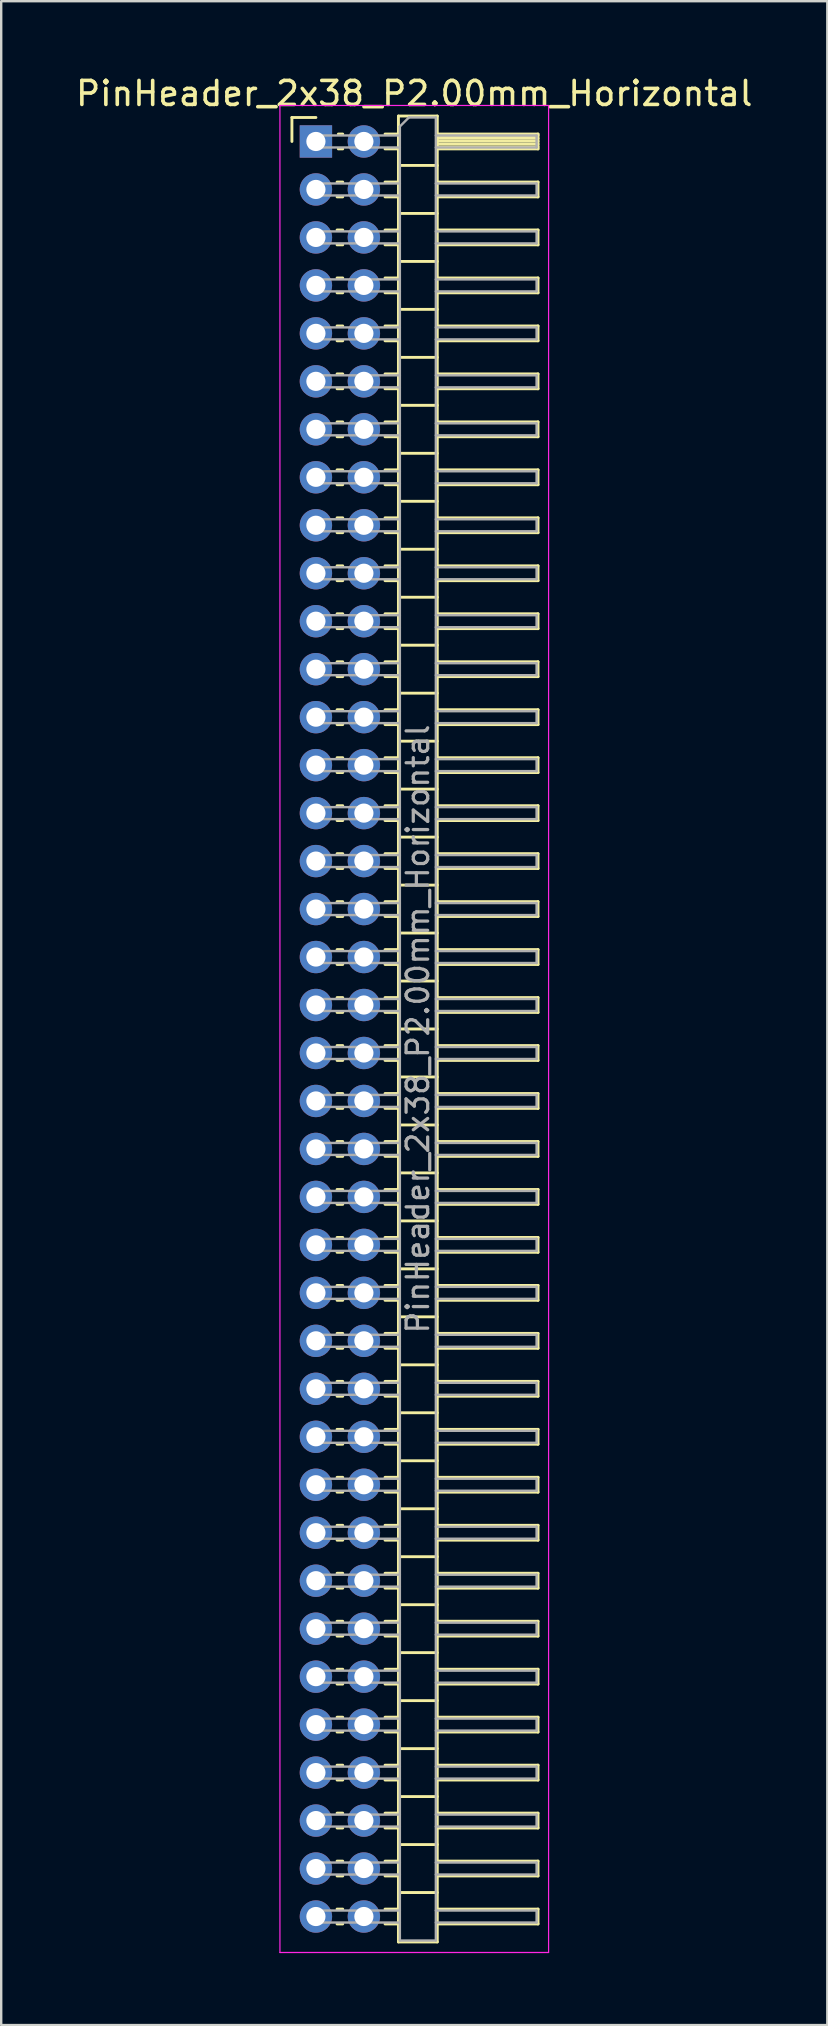
<source format=kicad_pcb>
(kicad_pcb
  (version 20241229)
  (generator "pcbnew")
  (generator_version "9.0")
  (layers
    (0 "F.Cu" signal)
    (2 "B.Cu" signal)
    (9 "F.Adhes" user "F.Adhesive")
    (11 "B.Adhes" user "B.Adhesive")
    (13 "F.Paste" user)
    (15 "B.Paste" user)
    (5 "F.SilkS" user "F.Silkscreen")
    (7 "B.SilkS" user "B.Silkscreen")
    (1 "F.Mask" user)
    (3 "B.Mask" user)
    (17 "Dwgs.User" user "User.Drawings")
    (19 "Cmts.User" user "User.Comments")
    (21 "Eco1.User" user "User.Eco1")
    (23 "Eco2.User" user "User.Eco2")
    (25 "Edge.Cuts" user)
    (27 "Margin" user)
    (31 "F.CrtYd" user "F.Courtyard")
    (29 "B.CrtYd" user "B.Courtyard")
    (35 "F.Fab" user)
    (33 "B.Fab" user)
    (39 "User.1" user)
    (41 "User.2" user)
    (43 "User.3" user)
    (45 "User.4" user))
  (footprint "PinHeader_2x38_P2.00mm_Horizontal"
    (layer "F.Cu")
    (at 10.12 2.848)
    (property "Reference" "PinHeader_2x38_P2.00mm_Horizontal" (at 4.1 -2 0) (layer "F.SilkS") (effects (font (size 1 1) (thickness 0.15))))
    (attr through_hole)
    (fp_line (start -1 -1) (end 0 -1) (stroke (width 0.12) (type solid)) (layer "F.SilkS"))
    (fp_line (start -1 0) (end -1 -1) (stroke (width 0.12) (type solid)) (layer "F.SilkS"))
    (fp_line (start 0.882 1.69) (end 1.118 1.69) (stroke (width 0.12) (type solid)) (layer "F.SilkS"))
    (fp_line (start 0.882 2.31) (end 1.118 2.31) (stroke (width 0.12) (type solid)) (layer "F.SilkS"))
    (fp_line (start 0.882 3.69) (end 1.118 3.69) (stroke (width 0.12) (type solid)) (layer "F.SilkS"))
    (fp_line (start 0.882 4.31) (end 1.118 4.31) (stroke (width 0.12) (type solid)) (layer "F.SilkS"))
    (fp_line (start 0.882 5.69) (end 1.118 5.69) (stroke (width 0.12) (type solid)) (layer "F.SilkS"))
    (fp_line (start 0.882 6.31) (end 1.118 6.31) (stroke (width 0.12) (type solid)) (layer "F.SilkS"))
    (fp_line (start 0.882 7.69) (end 1.118 7.69) (stroke (width 0.12) (type solid)) (layer "F.SilkS"))
    (fp_line (start 0.882 8.31) (end 1.118 8.31) (stroke (width 0.12) (type solid)) (layer "F.SilkS"))
    (fp_line (start 0.882 9.69) (end 1.118 9.69) (stroke (width 0.12) (type solid)) (layer "F.SilkS"))
    (fp_line (start 0.882 10.31) (end 1.118 10.31) (stroke (width 0.12) (type solid)) (layer "F.SilkS"))
    (fp_line (start 0.882 11.69) (end 1.118 11.69) (stroke (width 0.12) (type solid)) (layer "F.SilkS"))
    (fp_line (start 0.882 12.31) (end 1.118 12.31) (stroke (width 0.12) (type solid)) (layer "F.SilkS"))
    (fp_line (start 0.882 13.69) (end 1.118 13.69) (stroke (width 0.12) (type solid)) (layer "F.SilkS"))
    (fp_line (start 0.882 14.31) (end 1.118 14.31) (stroke (width 0.12) (type solid)) (layer "F.SilkS"))
    (fp_line (start 0.882 15.69) (end 1.118 15.69) (stroke (width 0.12) (type solid)) (layer "F.SilkS"))
    (fp_line (start 0.882 16.31) (end 1.118 16.31) (stroke (width 0.12) (type solid)) (layer "F.SilkS"))
    (fp_line (start 0.882 17.69) (end 1.118 17.69) (stroke (width 0.12) (type solid)) (layer "F.SilkS"))
    (fp_line (start 0.882 18.31) (end 1.118 18.31) (stroke (width 0.12) (type solid)) (layer "F.SilkS"))
    (fp_line (start 0.882 19.69) (end 1.118 19.69) (stroke (width 0.12) (type solid)) (layer "F.SilkS"))
    (fp_line (start 0.882 20.31) (end 1.118 20.31) (stroke (width 0.12) (type solid)) (layer "F.SilkS"))
    (fp_line (start 0.882 21.69) (end 1.118 21.69) (stroke (width 0.12) (type solid)) (layer "F.SilkS"))
    (fp_line (start 0.882 22.31) (end 1.118 22.31) (stroke (width 0.12) (type solid)) (layer "F.SilkS"))
    (fp_line (start 0.882 23.69) (end 1.118 23.69) (stroke (width 0.12) (type solid)) (layer "F.SilkS"))
    (fp_line (start 0.882 24.31) (end 1.118 24.31) (stroke (width 0.12) (type solid)) (layer "F.SilkS"))
    (fp_line (start 0.882 25.69) (end 1.118 25.69) (stroke (width 0.12) (type solid)) (layer "F.SilkS"))
    (fp_line (start 0.882 26.31) (end 1.118 26.31) (stroke (width 0.12) (type solid)) (layer "F.SilkS"))
    (fp_line (start 0.882 27.69) (end 1.118 27.69) (stroke (width 0.12) (type solid)) (layer "F.SilkS"))
    (fp_line (start 0.882 28.31) (end 1.118 28.31) (stroke (width 0.12) (type solid)) (layer "F.SilkS"))
    (fp_line (start 0.882 29.69) (end 1.118 29.69) (stroke (width 0.12) (type solid)) (layer "F.SilkS"))
    (fp_line (start 0.882 30.31) (end 1.118 30.31) (stroke (width 0.12) (type solid)) (layer "F.SilkS"))
    (fp_line (start 0.882 31.69) (end 1.118 31.69) (stroke (width 0.12) (type solid)) (layer "F.SilkS"))
    (fp_line (start 0.882 32.31) (end 1.118 32.31) (stroke (width 0.12) (type solid)) (layer "F.SilkS"))
    (fp_line (start 0.882 33.69) (end 1.118 33.69) (stroke (width 0.12) (type solid)) (layer "F.SilkS"))
    (fp_line (start 0.882 34.31) (end 1.118 34.31) (stroke (width 0.12) (type solid)) (layer "F.SilkS"))
    (fp_line (start 0.882 35.69) (end 1.118 35.69) (stroke (width 0.12) (type solid)) (layer "F.SilkS"))
    (fp_line (start 0.882 36.31) (end 1.118 36.31) (stroke (width 0.12) (type solid)) (layer "F.SilkS"))
    (fp_line (start 0.882 37.69) (end 1.118 37.69) (stroke (width 0.12) (type solid)) (layer "F.SilkS"))
    (fp_line (start 0.882 38.31) (end 1.118 38.31) (stroke (width 0.12) (type solid)) (layer "F.SilkS"))
    (fp_line (start 0.882 39.69) (end 1.118 39.69) (stroke (width 0.12) (type solid)) (layer "F.SilkS"))
    (fp_line (start 0.882 40.31) (end 1.118 40.31) (stroke (width 0.12) (type solid)) (layer "F.SilkS"))
    (fp_line (start 0.882 41.69) (end 1.118 41.69) (stroke (width 0.12) (type solid)) (layer "F.SilkS"))
    (fp_line (start 0.882 42.31) (end 1.118 42.31) (stroke (width 0.12) (type solid)) (layer "F.SilkS"))
    (fp_line (start 0.882 43.69) (end 1.118 43.69) (stroke (width 0.12) (type solid)) (layer "F.SilkS"))
    (fp_line (start 0.882 44.31) (end 1.118 44.31) (stroke (width 0.12) (type solid)) (layer "F.SilkS"))
    (fp_line (start 0.882 45.69) (end 1.118 45.69) (stroke (width 0.12) (type solid)) (layer "F.SilkS"))
    (fp_line (start 0.882 46.31) (end 1.118 46.31) (stroke (width 0.12) (type solid)) (layer "F.SilkS"))
    (fp_line (start 0.882 47.69) (end 1.118 47.69) (stroke (width 0.12) (type solid)) (layer "F.SilkS"))
    (fp_line (start 0.882 48.31) (end 1.118 48.31) (stroke (width 0.12) (type solid)) (layer "F.SilkS"))
    (fp_line (start 0.882 49.69) (end 1.118 49.69) (stroke (width 0.12) (type solid)) (layer "F.SilkS"))
    (fp_line (start 0.882 50.31) (end 1.118 50.31) (stroke (width 0.12) (type solid)) (layer "F.SilkS"))
    (fp_line (start 0.882 51.69) (end 1.118 51.69) (stroke (width 0.12) (type solid)) (layer "F.SilkS"))
    (fp_line (start 0.882 52.31) (end 1.118 52.31) (stroke (width 0.12) (type solid)) (layer "F.SilkS"))
    (fp_line (start 0.882 53.69) (end 1.118 53.69) (stroke (width 0.12) (type solid)) (layer "F.SilkS"))
    (fp_line (start 0.882 54.31) (end 1.118 54.31) (stroke (width 0.12) (type solid)) (layer "F.SilkS"))
    (fp_line (start 0.882 55.69) (end 1.118 55.69) (stroke (width 0.12) (type solid)) (layer "F.SilkS"))
    (fp_line (start 0.882 56.31) (end 1.118 56.31) (stroke (width 0.12) (type solid)) (layer "F.SilkS"))
    (fp_line (start 0.882 57.69) (end 1.118 57.69) (stroke (width 0.12) (type solid)) (layer "F.SilkS"))
    (fp_line (start 0.882 58.31) (end 1.118 58.31) (stroke (width 0.12) (type solid)) (layer "F.SilkS"))
    (fp_line (start 0.882 59.69) (end 1.118 59.69) (stroke (width 0.12) (type solid)) (layer "F.SilkS"))
    (fp_line (start 0.882 60.31) (end 1.118 60.31) (stroke (width 0.12) (type solid)) (layer "F.SilkS"))
    (fp_line (start 0.882 61.69) (end 1.118 61.69) (stroke (width 0.12) (type solid)) (layer "F.SilkS"))
    (fp_line (start 0.882 62.31) (end 1.118 62.31) (stroke (width 0.12) (type solid)) (layer "F.SilkS"))
    (fp_line (start 0.882 63.69) (end 1.118 63.69) (stroke (width 0.12) (type solid)) (layer "F.SilkS"))
    (fp_line (start 0.882 64.31) (end 1.118 64.31) (stroke (width 0.12) (type solid)) (layer "F.SilkS"))
    (fp_line (start 0.882 65.69) (end 1.118 65.69) (stroke (width 0.12) (type solid)) (layer "F.SilkS"))
    (fp_line (start 0.882 66.31) (end 1.118 66.31) (stroke (width 0.12) (type solid)) (layer "F.SilkS"))
    (fp_line (start 0.882 67.69) (end 1.118 67.69) (stroke (width 0.12) (type solid)) (layer "F.SilkS"))
    (fp_line (start 0.882 68.31) (end 1.118 68.31) (stroke (width 0.12) (type solid)) (layer "F.SilkS"))
    (fp_line (start 0.882 69.69) (end 1.118 69.69) (stroke (width 0.12) (type solid)) (layer "F.SilkS"))
    (fp_line (start 0.882 70.31) (end 1.118 70.31) (stroke (width 0.12) (type solid)) (layer "F.SilkS"))
    (fp_line (start 0.882 71.69) (end 1.118 71.69) (stroke (width 0.12) (type solid)) (layer "F.SilkS"))
    (fp_line (start 0.882 72.31) (end 1.118 72.31) (stroke (width 0.12) (type solid)) (layer "F.SilkS"))
    (fp_line (start 0.882 73.69) (end 1.118 73.69) (stroke (width 0.12) (type solid)) (layer "F.SilkS"))
    (fp_line (start 0.882 74.31) (end 1.118 74.31) (stroke (width 0.12) (type solid)) (layer "F.SilkS"))
    (fp_line (start 0.935 -0.31) (end 1.118 -0.31) (stroke (width 0.12) (type solid)) (layer "F.SilkS"))
    (fp_line (start 0.935 0.31) (end 1.118 0.31) (stroke (width 0.12) (type solid)) (layer "F.SilkS"))
    (fp_line (start 2.882 -0.31) (end 3.44 -0.31) (stroke (width 0.12) (type solid)) (layer "F.SilkS"))
    (fp_line (start 2.882 0.31) (end 3.44 0.31) (stroke (width 0.12) (type solid)) (layer "F.SilkS"))
    (fp_line (start 2.882 1.69) (end 3.44 1.69) (stroke (width 0.12) (type solid)) (layer "F.SilkS"))
    (fp_line (start 2.882 2.31) (end 3.44 2.31) (stroke (width 0.12) (type solid)) (layer "F.SilkS"))
    (fp_line (start 2.882 3.69) (end 3.44 3.69) (stroke (width 0.12) (type solid)) (layer "F.SilkS"))
    (fp_line (start 2.882 4.31) (end 3.44 4.31) (stroke (width 0.12) (type solid)) (layer "F.SilkS"))
    (fp_line (start 2.882 5.69) (end 3.44 5.69) (stroke (width 0.12) (type solid)) (layer "F.SilkS"))
    (fp_line (start 2.882 6.31) (end 3.44 6.31) (stroke (width 0.12) (type solid)) (layer "F.SilkS"))
    (fp_line (start 2.882 7.69) (end 3.44 7.69) (stroke (width 0.12) (type solid)) (layer "F.SilkS"))
    (fp_line (start 2.882 8.31) (end 3.44 8.31) (stroke (width 0.12) (type solid)) (layer "F.SilkS"))
    (fp_line (start 2.882 9.69) (end 3.44 9.69) (stroke (width 0.12) (type solid)) (layer "F.SilkS"))
    (fp_line (start 2.882 10.31) (end 3.44 10.31) (stroke (width 0.12) (type solid)) (layer "F.SilkS"))
    (fp_line (start 2.882 11.69) (end 3.44 11.69) (stroke (width 0.12) (type solid)) (layer "F.SilkS"))
    (fp_line (start 2.882 12.31) (end 3.44 12.31) (stroke (width 0.12) (type solid)) (layer "F.SilkS"))
    (fp_line (start 2.882 13.69) (end 3.44 13.69) (stroke (width 0.12) (type solid)) (layer "F.SilkS"))
    (fp_line (start 2.882 14.31) (end 3.44 14.31) (stroke (width 0.12) (type solid)) (layer "F.SilkS"))
    (fp_line (start 2.882 15.69) (end 3.44 15.69) (stroke (width 0.12) (type solid)) (layer "F.SilkS"))
    (fp_line (start 2.882 16.31) (end 3.44 16.31) (stroke (width 0.12) (type solid)) (layer "F.SilkS"))
    (fp_line (start 2.882 17.69) (end 3.44 17.69) (stroke (width 0.12) (type solid)) (layer "F.SilkS"))
    (fp_line (start 2.882 18.31) (end 3.44 18.31) (stroke (width 0.12) (type solid)) (layer "F.SilkS"))
    (fp_line (start 2.882 19.69) (end 3.44 19.69) (stroke (width 0.12) (type solid)) (layer "F.SilkS"))
    (fp_line (start 2.882 20.31) (end 3.44 20.31) (stroke (width 0.12) (type solid)) (layer "F.SilkS"))
    (fp_line (start 2.882 21.69) (end 3.44 21.69) (stroke (width 0.12) (type solid)) (layer "F.SilkS"))
    (fp_line (start 2.882 22.31) (end 3.44 22.31) (stroke (width 0.12) (type solid)) (layer "F.SilkS"))
    (fp_line (start 2.882 23.69) (end 3.44 23.69) (stroke (width 0.12) (type solid)) (layer "F.SilkS"))
    (fp_line (start 2.882 24.31) (end 3.44 24.31) (stroke (width 0.12) (type solid)) (layer "F.SilkS"))
    (fp_line (start 2.882 25.69) (end 3.44 25.69) (stroke (width 0.12) (type solid)) (layer "F.SilkS"))
    (fp_line (start 2.882 26.31) (end 3.44 26.31) (stroke (width 0.12) (type solid)) (layer "F.SilkS"))
    (fp_line (start 2.882 27.69) (end 3.44 27.69) (stroke (width 0.12) (type solid)) (layer "F.SilkS"))
    (fp_line (start 2.882 28.31) (end 3.44 28.31) (stroke (width 0.12) (type solid)) (layer "F.SilkS"))
    (fp_line (start 2.882 29.69) (end 3.44 29.69) (stroke (width 0.12) (type solid)) (layer "F.SilkS"))
    (fp_line (start 2.882 30.31) (end 3.44 30.31) (stroke (width 0.12) (type solid)) (layer "F.SilkS"))
    (fp_line (start 2.882 31.69) (end 3.44 31.69) (stroke (width 0.12) (type solid)) (layer "F.SilkS"))
    (fp_line (start 2.882 32.31) (end 3.44 32.31) (stroke (width 0.12) (type solid)) (layer "F.SilkS"))
    (fp_line (start 2.882 33.69) (end 3.44 33.69) (stroke (width 0.12) (type solid)) (layer "F.SilkS"))
    (fp_line (start 2.882 34.31) (end 3.44 34.31) (stroke (width 0.12) (type solid)) (layer "F.SilkS"))
    (fp_line (start 2.882 35.69) (end 3.44 35.69) (stroke (width 0.12) (type solid)) (layer "F.SilkS"))
    (fp_line (start 2.882 36.31) (end 3.44 36.31) (stroke (width 0.12) (type solid)) (layer "F.SilkS"))
    (fp_line (start 2.882 37.69) (end 3.44 37.69) (stroke (width 0.12) (type solid)) (layer "F.SilkS"))
    (fp_line (start 2.882 38.31) (end 3.44 38.31) (stroke (width 0.12) (type solid)) (layer "F.SilkS"))
    (fp_line (start 2.882 39.69) (end 3.44 39.69) (stroke (width 0.12) (type solid)) (layer "F.SilkS"))
    (fp_line (start 2.882 40.31) (end 3.44 40.31) (stroke (width 0.12) (type solid)) (layer "F.SilkS"))
    (fp_line (start 2.882 41.69) (end 3.44 41.69) (stroke (width 0.12) (type solid)) (layer "F.SilkS"))
    (fp_line (start 2.882 42.31) (end 3.44 42.31) (stroke (width 0.12) (type solid)) (layer "F.SilkS"))
    (fp_line (start 2.882 43.69) (end 3.44 43.69) (stroke (width 0.12) (type solid)) (layer "F.SilkS"))
    (fp_line (start 2.882 44.31) (end 3.44 44.31) (stroke (width 0.12) (type solid)) (layer "F.SilkS"))
    (fp_line (start 2.882 45.69) (end 3.44 45.69) (stroke (width 0.12) (type solid)) (layer "F.SilkS"))
    (fp_line (start 2.882 46.31) (end 3.44 46.31) (stroke (width 0.12) (type solid)) (layer "F.SilkS"))
    (fp_line (start 2.882 47.69) (end 3.44 47.69) (stroke (width 0.12) (type solid)) (layer "F.SilkS"))
    (fp_line (start 2.882 48.31) (end 3.44 48.31) (stroke (width 0.12) (type solid)) (layer "F.SilkS"))
    (fp_line (start 2.882 49.69) (end 3.44 49.69) (stroke (width 0.12) (type solid)) (layer "F.SilkS"))
    (fp_line (start 2.882 50.31) (end 3.44 50.31) (stroke (width 0.12) (type solid)) (layer "F.SilkS"))
    (fp_line (start 2.882 51.69) (end 3.44 51.69) (stroke (width 0.12) (type solid)) (layer "F.SilkS"))
    (fp_line (start 2.882 52.31) (end 3.44 52.31) (stroke (width 0.12) (type solid)) (layer "F.SilkS"))
    (fp_line (start 2.882 53.69) (end 3.44 53.69) (stroke (width 0.12) (type solid)) (layer "F.SilkS"))
    (fp_line (start 2.882 54.31) (end 3.44 54.31) (stroke (width 0.12) (type solid)) (layer "F.SilkS"))
    (fp_line (start 2.882 55.69) (end 3.44 55.69) (stroke (width 0.12) (type solid)) (layer "F.SilkS"))
    (fp_line (start 2.882 56.31) (end 3.44 56.31) (stroke (width 0.12) (type solid)) (layer "F.SilkS"))
    (fp_line (start 2.882 57.69) (end 3.44 57.69) (stroke (width 0.12) (type solid)) (layer "F.SilkS"))
    (fp_line (start 2.882 58.31) (end 3.44 58.31) (stroke (width 0.12) (type solid)) (layer "F.SilkS"))
    (fp_line (start 2.882 59.69) (end 3.44 59.69) (stroke (width 0.12) (type solid)) (layer "F.SilkS"))
    (fp_line (start 2.882 60.31) (end 3.44 60.31) (stroke (width 0.12) (type solid)) (layer "F.SilkS"))
    (fp_line (start 2.882 61.69) (end 3.44 61.69) (stroke (width 0.12) (type solid)) (layer "F.SilkS"))
    (fp_line (start 2.882 62.31) (end 3.44 62.31) (stroke (width 0.12) (type solid)) (layer "F.SilkS"))
    (fp_line (start 2.882 63.69) (end 3.44 63.69) (stroke (width 0.12) (type solid)) (layer "F.SilkS"))
    (fp_line (start 2.882 64.31) (end 3.44 64.31) (stroke (width 0.12) (type solid)) (layer "F.SilkS"))
    (fp_line (start 2.882 65.69) (end 3.44 65.69) (stroke (width 0.12) (type solid)) (layer "F.SilkS"))
    (fp_line (start 2.882 66.31) (end 3.44 66.31) (stroke (width 0.12) (type solid)) (layer "F.SilkS"))
    (fp_line (start 2.882 67.69) (end 3.44 67.69) (stroke (width 0.12) (type solid)) (layer "F.SilkS"))
    (fp_line (start 2.882 68.31) (end 3.44 68.31) (stroke (width 0.12) (type solid)) (layer "F.SilkS"))
    (fp_line (start 2.882 69.69) (end 3.44 69.69) (stroke (width 0.12) (type solid)) (layer "F.SilkS"))
    (fp_line (start 2.882 70.31) (end 3.44 70.31) (stroke (width 0.12) (type solid)) (layer "F.SilkS"))
    (fp_line (start 2.882 71.69) (end 3.44 71.69) (stroke (width 0.12) (type solid)) (layer "F.SilkS"))
    (fp_line (start 2.882 72.31) (end 3.44 72.31) (stroke (width 0.12) (type solid)) (layer "F.SilkS"))
    (fp_line (start 2.882 73.69) (end 3.44 73.69) (stroke (width 0.12) (type solid)) (layer "F.SilkS"))
    (fp_line (start 2.882 74.31) (end 3.44 74.31) (stroke (width 0.12) (type solid)) (layer "F.SilkS"))
    (fp_line (start 3.44 -1.06) (end 3.44 75.06) (stroke (width 0.12) (type solid)) (layer "F.SilkS"))
    (fp_line (start 3.44 1) (end 5.06 1) (stroke (width 0.12) (type solid)) (layer "F.SilkS"))
    (fp_line (start 3.44 3) (end 5.06 3) (stroke (width 0.12) (type solid)) (layer "F.SilkS"))
    (fp_line (start 3.44 5) (end 5.06 5) (stroke (width 0.12) (type solid)) (layer "F.SilkS"))
    (fp_line (start 3.44 7) (end 5.06 7) (stroke (width 0.12) (type solid)) (layer "F.SilkS"))
    (fp_line (start 3.44 9) (end 5.06 9) (stroke (width 0.12) (type solid)) (layer "F.SilkS"))
    (fp_line (start 3.44 11) (end 5.06 11) (stroke (width 0.12) (type solid)) (layer "F.SilkS"))
    (fp_line (start 3.44 13) (end 5.06 13) (stroke (width 0.12) (type solid)) (layer "F.SilkS"))
    (fp_line (start 3.44 15) (end 5.06 15) (stroke (width 0.12) (type solid)) (layer "F.SilkS"))
    (fp_line (start 3.44 17) (end 5.06 17) (stroke (width 0.12) (type solid)) (layer "F.SilkS"))
    (fp_line (start 3.44 19) (end 5.06 19) (stroke (width 0.12) (type solid)) (layer "F.SilkS"))
    (fp_line (start 3.44 21) (end 5.06 21) (stroke (width 0.12) (type solid)) (layer "F.SilkS"))
    (fp_line (start 3.44 23) (end 5.06 23) (stroke (width 0.12) (type solid)) (layer "F.SilkS"))
    (fp_line (start 3.44 25) (end 5.06 25) (stroke (width 0.12) (type solid)) (layer "F.SilkS"))
    (fp_line (start 3.44 27) (end 5.06 27) (stroke (width 0.12) (type solid)) (layer "F.SilkS"))
    (fp_line (start 3.44 29) (end 5.06 29) (stroke (width 0.12) (type solid)) (layer "F.SilkS"))
    (fp_line (start 3.44 31) (end 5.06 31) (stroke (width 0.12) (type solid)) (layer "F.SilkS"))
    (fp_line (start 3.44 33) (end 5.06 33) (stroke (width 0.12) (type solid)) (layer "F.SilkS"))
    (fp_line (start 3.44 35) (end 5.06 35) (stroke (width 0.12) (type solid)) (layer "F.SilkS"))
    (fp_line (start 3.44 37) (end 5.06 37) (stroke (width 0.12) (type solid)) (layer "F.SilkS"))
    (fp_line (start 3.44 39) (end 5.06 39) (stroke (width 0.12) (type solid)) (layer "F.SilkS"))
    (fp_line (start 3.44 41) (end 5.06 41) (stroke (width 0.12) (type solid)) (layer "F.SilkS"))
    (fp_line (start 3.44 43) (end 5.06 43) (stroke (width 0.12) (type solid)) (layer "F.SilkS"))
    (fp_line (start 3.44 45) (end 5.06 45) (stroke (width 0.12) (type solid)) (layer "F.SilkS"))
    (fp_line (start 3.44 47) (end 5.06 47) (stroke (width 0.12) (type solid)) (layer "F.SilkS"))
    (fp_line (start 3.44 49) (end 5.06 49) (stroke (width 0.12) (type solid)) (layer "F.SilkS"))
    (fp_line (start 3.44 51) (end 5.06 51) (stroke (width 0.12) (type solid)) (layer "F.SilkS"))
    (fp_line (start 3.44 53) (end 5.06 53) (stroke (width 0.12) (type solid)) (layer "F.SilkS"))
    (fp_line (start 3.44 55) (end 5.06 55) (stroke (width 0.12) (type solid)) (layer "F.SilkS"))
    (fp_line (start 3.44 57) (end 5.06 57) (stroke (width 0.12) (type solid)) (layer "F.SilkS"))
    (fp_line (start 3.44 59) (end 5.06 59) (stroke (width 0.12) (type solid)) (layer "F.SilkS"))
    (fp_line (start 3.44 61) (end 5.06 61) (stroke (width 0.12) (type solid)) (layer "F.SilkS"))
    (fp_line (start 3.44 63) (end 5.06 63) (stroke (width 0.12) (type solid)) (layer "F.SilkS"))
    (fp_line (start 3.44 65) (end 5.06 65) (stroke (width 0.12) (type solid)) (layer "F.SilkS"))
    (fp_line (start 3.44 67) (end 5.06 67) (stroke (width 0.12) (type solid)) (layer "F.SilkS"))
    (fp_line (start 3.44 69) (end 5.06 69) (stroke (width 0.12) (type solid)) (layer "F.SilkS"))
    (fp_line (start 3.44 71) (end 5.06 71) (stroke (width 0.12) (type solid)) (layer "F.SilkS"))
    (fp_line (start 3.44 73) (end 5.06 73) (stroke (width 0.12) (type solid)) (layer "F.SilkS"))
    (fp_line (start 3.44 75.06) (end 5.06 75.06) (stroke (width 0.12) (type solid)) (layer "F.SilkS"))
    (fp_line (start 5.06 -1.06) (end 3.44 -1.06) (stroke (width 0.12) (type solid)) (layer "F.SilkS"))
    (fp_line (start 5.06 -0.31) (end 9.26 -0.31) (stroke (width 0.12) (type solid)) (layer "F.SilkS"))
    (fp_line (start 5.06 -0.25) (end 9.26 -0.25) (stroke (width 0.12) (type solid)) (layer "F.SilkS"))
    (fp_line (start 5.06 -0.13) (end 9.26 -0.13) (stroke (width 0.12) (type solid)) (layer "F.SilkS"))
    (fp_line (start 5.06 -0.01) (end 9.26 -0.01) (stroke (width 0.12) (type solid)) (layer "F.SilkS"))
    (fp_line (start 5.06 0.11) (end 9.26 0.11) (stroke (width 0.12) (type solid)) (layer "F.SilkS"))
    (fp_line (start 5.06 0.23) (end 9.26 0.23) (stroke (width 0.12) (type solid)) (layer "F.SilkS"))
    (fp_line (start 5.06 1.69) (end 9.26 1.69) (stroke (width 0.12) (type solid)) (layer "F.SilkS"))
    (fp_line (start 5.06 3.69) (end 9.26 3.69) (stroke (width 0.12) (type solid)) (layer "F.SilkS"))
    (fp_line (start 5.06 5.69) (end 9.26 5.69) (stroke (width 0.12) (type solid)) (layer "F.SilkS"))
    (fp_line (start 5.06 7.69) (end 9.26 7.69) (stroke (width 0.12) (type solid)) (layer "F.SilkS"))
    (fp_line (start 5.06 9.69) (end 9.26 9.69) (stroke (width 0.12) (type solid)) (layer "F.SilkS"))
    (fp_line (start 5.06 11.69) (end 9.26 11.69) (stroke (width 0.12) (type solid)) (layer "F.SilkS"))
    (fp_line (start 5.06 13.69) (end 9.26 13.69) (stroke (width 0.12) (type solid)) (layer "F.SilkS"))
    (fp_line (start 5.06 15.69) (end 9.26 15.69) (stroke (width 0.12) (type solid)) (layer "F.SilkS"))
    (fp_line (start 5.06 17.69) (end 9.26 17.69) (stroke (width 0.12) (type solid)) (layer "F.SilkS"))
    (fp_line (start 5.06 19.69) (end 9.26 19.69) (stroke (width 0.12) (type solid)) (layer "F.SilkS"))
    (fp_line (start 5.06 21.69) (end 9.26 21.69) (stroke (width 0.12) (type solid)) (layer "F.SilkS"))
    (fp_line (start 5.06 23.69) (end 9.26 23.69) (stroke (width 0.12) (type solid)) (layer "F.SilkS"))
    (fp_line (start 5.06 25.69) (end 9.26 25.69) (stroke (width 0.12) (type solid)) (layer "F.SilkS"))
    (fp_line (start 5.06 27.69) (end 9.26 27.69) (stroke (width 0.12) (type solid)) (layer "F.SilkS"))
    (fp_line (start 5.06 29.69) (end 9.26 29.69) (stroke (width 0.12) (type solid)) (layer "F.SilkS"))
    (fp_line (start 5.06 31.69) (end 9.26 31.69) (stroke (width 0.12) (type solid)) (layer "F.SilkS"))
    (fp_line (start 5.06 33.69) (end 9.26 33.69) (stroke (width 0.12) (type solid)) (layer "F.SilkS"))
    (fp_line (start 5.06 35.69) (end 9.26 35.69) (stroke (width 0.12) (type solid)) (layer "F.SilkS"))
    (fp_line (start 5.06 37.69) (end 9.26 37.69) (stroke (width 0.12) (type solid)) (layer "F.SilkS"))
    (fp_line (start 5.06 39.69) (end 9.26 39.69) (stroke (width 0.12) (type solid)) (layer "F.SilkS"))
    (fp_line (start 5.06 41.69) (end 9.26 41.69) (stroke (width 0.12) (type solid)) (layer "F.SilkS"))
    (fp_line (start 5.06 43.69) (end 9.26 43.69) (stroke (width 0.12) (type solid)) (layer "F.SilkS"))
    (fp_line (start 5.06 45.69) (end 9.26 45.69) (stroke (width 0.12) (type solid)) (layer "F.SilkS"))
    (fp_line (start 5.06 47.69) (end 9.26 47.69) (stroke (width 0.12) (type solid)) (layer "F.SilkS"))
    (fp_line (start 5.06 49.69) (end 9.26 49.69) (stroke (width 0.12) (type solid)) (layer "F.SilkS"))
    (fp_line (start 5.06 51.69) (end 9.26 51.69) (stroke (width 0.12) (type solid)) (layer "F.SilkS"))
    (fp_line (start 5.06 53.69) (end 9.26 53.69) (stroke (width 0.12) (type solid)) (layer "F.SilkS"))
    (fp_line (start 5.06 55.69) (end 9.26 55.69) (stroke (width 0.12) (type solid)) (layer "F.SilkS"))
    (fp_line (start 5.06 57.69) (end 9.26 57.69) (stroke (width 0.12) (type solid)) (layer "F.SilkS"))
    (fp_line (start 5.06 59.69) (end 9.26 59.69) (stroke (width 0.12) (type solid)) (layer "F.SilkS"))
    (fp_line (start 5.06 61.69) (end 9.26 61.69) (stroke (width 0.12) (type solid)) (layer "F.SilkS"))
    (fp_line (start 5.06 63.69) (end 9.26 63.69) (stroke (width 0.12) (type solid)) (layer "F.SilkS"))
    (fp_line (start 5.06 65.69) (end 9.26 65.69) (stroke (width 0.12) (type solid)) (layer "F.SilkS"))
    (fp_line (start 5.06 67.69) (end 9.26 67.69) (stroke (width 0.12) (type solid)) (layer "F.SilkS"))
    (fp_line (start 5.06 69.69) (end 9.26 69.69) (stroke (width 0.12) (type solid)) (layer "F.SilkS"))
    (fp_line (start 5.06 71.69) (end 9.26 71.69) (stroke (width 0.12) (type solid)) (layer "F.SilkS"))
    (fp_line (start 5.06 73.69) (end 9.26 73.69) (stroke (width 0.12) (type solid)) (layer "F.SilkS"))
    (fp_line (start 5.06 75.06) (end 5.06 -1.06) (stroke (width 0.12) (type solid)) (layer "F.SilkS"))
    (fp_line (start 9.26 -0.31) (end 9.26 0.31) (stroke (width 0.12) (type solid)) (layer "F.SilkS"))
    (fp_line (start 9.26 0.31) (end 5.06 0.31) (stroke (width 0.12) (type solid)) (layer "F.SilkS"))
    (fp_line (start 9.26 1.69) (end 9.26 2.31) (stroke (width 0.12) (type solid)) (layer "F.SilkS"))
    (fp_line (start 9.26 2.31) (end 5.06 2.31) (stroke (width 0.12) (type solid)) (layer "F.SilkS"))
    (fp_line (start 9.26 3.69) (end 9.26 4.31) (stroke (width 0.12) (type solid)) (layer "F.SilkS"))
    (fp_line (start 9.26 4.31) (end 5.06 4.31) (stroke (width 0.12) (type solid)) (layer "F.SilkS"))
    (fp_line (start 9.26 5.69) (end 9.26 6.31) (stroke (width 0.12) (type solid)) (layer "F.SilkS"))
    (fp_line (start 9.26 6.31) (end 5.06 6.31) (stroke (width 0.12) (type solid)) (layer "F.SilkS"))
    (fp_line (start 9.26 7.69) (end 9.26 8.31) (stroke (width 0.12) (type solid)) (layer "F.SilkS"))
    (fp_line (start 9.26 8.31) (end 5.06 8.31) (stroke (width 0.12) (type solid)) (layer "F.SilkS"))
    (fp_line (start 9.26 9.69) (end 9.26 10.31) (stroke (width 0.12) (type solid)) (layer "F.SilkS"))
    (fp_line (start 9.26 10.31) (end 5.06 10.31) (stroke (width 0.12) (type solid)) (layer "F.SilkS"))
    (fp_line (start 9.26 11.69) (end 9.26 12.31) (stroke (width 0.12) (type solid)) (layer "F.SilkS"))
    (fp_line (start 9.26 12.31) (end 5.06 12.31) (stroke (width 0.12) (type solid)) (layer "F.SilkS"))
    (fp_line (start 9.26 13.69) (end 9.26 14.31) (stroke (width 0.12) (type solid)) (layer "F.SilkS"))
    (fp_line (start 9.26 14.31) (end 5.06 14.31) (stroke (width 0.12) (type solid)) (layer "F.SilkS"))
    (fp_line (start 9.26 15.69) (end 9.26 16.31) (stroke (width 0.12) (type solid)) (layer "F.SilkS"))
    (fp_line (start 9.26 16.31) (end 5.06 16.31) (stroke (width 0.12) (type solid)) (layer "F.SilkS"))
    (fp_line (start 9.26 17.69) (end 9.26 18.31) (stroke (width 0.12) (type solid)) (layer "F.SilkS"))
    (fp_line (start 9.26 18.31) (end 5.06 18.31) (stroke (width 0.12) (type solid)) (layer "F.SilkS"))
    (fp_line (start 9.26 19.69) (end 9.26 20.31) (stroke (width 0.12) (type solid)) (layer "F.SilkS"))
    (fp_line (start 9.26 20.31) (end 5.06 20.31) (stroke (width 0.12) (type solid)) (layer "F.SilkS"))
    (fp_line (start 9.26 21.69) (end 9.26 22.31) (stroke (width 0.12) (type solid)) (layer "F.SilkS"))
    (fp_line (start 9.26 22.31) (end 5.06 22.31) (stroke (width 0.12) (type solid)) (layer "F.SilkS"))
    (fp_line (start 9.26 23.69) (end 9.26 24.31) (stroke (width 0.12) (type solid)) (layer "F.SilkS"))
    (fp_line (start 9.26 24.31) (end 5.06 24.31) (stroke (width 0.12) (type solid)) (layer "F.SilkS"))
    (fp_line (start 9.26 25.69) (end 9.26 26.31) (stroke (width 0.12) (type solid)) (layer "F.SilkS"))
    (fp_line (start 9.26 26.31) (end 5.06 26.31) (stroke (width 0.12) (type solid)) (layer "F.SilkS"))
    (fp_line (start 9.26 27.69) (end 9.26 28.31) (stroke (width 0.12) (type solid)) (layer "F.SilkS"))
    (fp_line (start 9.26 28.31) (end 5.06 28.31) (stroke (width 0.12) (type solid)) (layer "F.SilkS"))
    (fp_line (start 9.26 29.69) (end 9.26 30.31) (stroke (width 0.12) (type solid)) (layer "F.SilkS"))
    (fp_line (start 9.26 30.31) (end 5.06 30.31) (stroke (width 0.12) (type solid)) (layer "F.SilkS"))
    (fp_line (start 9.26 31.69) (end 9.26 32.31) (stroke (width 0.12) (type solid)) (layer "F.SilkS"))
    (fp_line (start 9.26 32.31) (end 5.06 32.31) (stroke (width 0.12) (type solid)) (layer "F.SilkS"))
    (fp_line (start 9.26 33.69) (end 9.26 34.31) (stroke (width 0.12) (type solid)) (layer "F.SilkS"))
    (fp_line (start 9.26 34.31) (end 5.06 34.31) (stroke (width 0.12) (type solid)) (layer "F.SilkS"))
    (fp_line (start 9.26 35.69) (end 9.26 36.31) (stroke (width 0.12) (type solid)) (layer "F.SilkS"))
    (fp_line (start 9.26 36.31) (end 5.06 36.31) (stroke (width 0.12) (type solid)) (layer "F.SilkS"))
    (fp_line (start 9.26 37.69) (end 9.26 38.31) (stroke (width 0.12) (type solid)) (layer "F.SilkS"))
    (fp_line (start 9.26 38.31) (end 5.06 38.31) (stroke (width 0.12) (type solid)) (layer "F.SilkS"))
    (fp_line (start 9.26 39.69) (end 9.26 40.31) (stroke (width 0.12) (type solid)) (layer "F.SilkS"))
    (fp_line (start 9.26 40.31) (end 5.06 40.31) (stroke (width 0.12) (type solid)) (layer "F.SilkS"))
    (fp_line (start 9.26 41.69) (end 9.26 42.31) (stroke (width 0.12) (type solid)) (layer "F.SilkS"))
    (fp_line (start 9.26 42.31) (end 5.06 42.31) (stroke (width 0.12) (type solid)) (layer "F.SilkS"))
    (fp_line (start 9.26 43.69) (end 9.26 44.31) (stroke (width 0.12) (type solid)) (layer "F.SilkS"))
    (fp_line (start 9.26 44.31) (end 5.06 44.31) (stroke (width 0.12) (type solid)) (layer "F.SilkS"))
    (fp_line (start 9.26 45.69) (end 9.26 46.31) (stroke (width 0.12) (type solid)) (layer "F.SilkS"))
    (fp_line (start 9.26 46.31) (end 5.06 46.31) (stroke (width 0.12) (type solid)) (layer "F.SilkS"))
    (fp_line (start 9.26 47.69) (end 9.26 48.31) (stroke (width 0.12) (type solid)) (layer "F.SilkS"))
    (fp_line (start 9.26 48.31) (end 5.06 48.31) (stroke (width 0.12) (type solid)) (layer "F.SilkS"))
    (fp_line (start 9.26 49.69) (end 9.26 50.31) (stroke (width 0.12) (type solid)) (layer "F.SilkS"))
    (fp_line (start 9.26 50.31) (end 5.06 50.31) (stroke (width 0.12) (type solid)) (layer "F.SilkS"))
    (fp_line (start 9.26 51.69) (end 9.26 52.31) (stroke (width 0.12) (type solid)) (layer "F.SilkS"))
    (fp_line (start 9.26 52.31) (end 5.06 52.31) (stroke (width 0.12) (type solid)) (layer "F.SilkS"))
    (fp_line (start 9.26 53.69) (end 9.26 54.31) (stroke (width 0.12) (type solid)) (layer "F.SilkS"))
    (fp_line (start 9.26 54.31) (end 5.06 54.31) (stroke (width 0.12) (type solid)) (layer "F.SilkS"))
    (fp_line (start 9.26 55.69) (end 9.26 56.31) (stroke (width 0.12) (type solid)) (layer "F.SilkS"))
    (fp_line (start 9.26 56.31) (end 5.06 56.31) (stroke (width 0.12) (type solid)) (layer "F.SilkS"))
    (fp_line (start 9.26 57.69) (end 9.26 58.31) (stroke (width 0.12) (type solid)) (layer "F.SilkS"))
    (fp_line (start 9.26 58.31) (end 5.06 58.31) (stroke (width 0.12) (type solid)) (layer "F.SilkS"))
    (fp_line (start 9.26 59.69) (end 9.26 60.31) (stroke (width 0.12) (type solid)) (layer "F.SilkS"))
    (fp_line (start 9.26 60.31) (end 5.06 60.31) (stroke (width 0.12) (type solid)) (layer "F.SilkS"))
    (fp_line (start 9.26 61.69) (end 9.26 62.31) (stroke (width 0.12) (type solid)) (layer "F.SilkS"))
    (fp_line (start 9.26 62.31) (end 5.06 62.31) (stroke (width 0.12) (type solid)) (layer "F.SilkS"))
    (fp_line (start 9.26 63.69) (end 9.26 64.31) (stroke (width 0.12) (type solid)) (layer "F.SilkS"))
    (fp_line (start 9.26 64.31) (end 5.06 64.31) (stroke (width 0.12) (type solid)) (layer "F.SilkS"))
    (fp_line (start 9.26 65.69) (end 9.26 66.31) (stroke (width 0.12) (type solid)) (layer "F.SilkS"))
    (fp_line (start 9.26 66.31) (end 5.06 66.31) (stroke (width 0.12) (type solid)) (layer "F.SilkS"))
    (fp_line (start 9.26 67.69) (end 9.26 68.31) (stroke (width 0.12) (type solid)) (layer "F.SilkS"))
    (fp_line (start 9.26 68.31) (end 5.06 68.31) (stroke (width 0.12) (type solid)) (layer "F.SilkS"))
    (fp_line (start 9.26 69.69) (end 9.26 70.31) (stroke (width 0.12) (type solid)) (layer "F.SilkS"))
    (fp_line (start 9.26 70.31) (end 5.06 70.31) (stroke (width 0.12) (type solid)) (layer "F.SilkS"))
    (fp_line (start 9.26 71.69) (end 9.26 72.31) (stroke (width 0.12) (type solid)) (layer "F.SilkS"))
    (fp_line (start 9.26 72.31) (end 5.06 72.31) (stroke (width 0.12) (type solid)) (layer "F.SilkS"))
    (fp_line (start 9.26 73.69) (end 9.26 74.31) (stroke (width 0.12) (type solid)) (layer "F.SilkS"))
    (fp_line (start 9.26 74.31) (end 5.06 74.31) (stroke (width 0.12) (type solid)) (layer "F.SilkS"))
    (fp_line (start -1.5 -1.5) (end -1.5 75.5) (stroke (width 0.05) (type solid)) (layer "F.CrtYd"))
    (fp_line (start -1.5 75.5) (end 9.7 75.5) (stroke (width 0.05) (type solid)) (layer "F.CrtYd"))
    (fp_line (start 9.7 -1.5) (end -1.5 -1.5) (stroke (width 0.05) (type solid)) (layer "F.CrtYd"))
    (fp_line (start 9.7 75.5) (end 9.7 -1.5) (stroke (width 0.05) (type solid)) (layer "F.CrtYd"))
    (fp_line (start -0.25 -0.25) (end -0.25 0.25) (stroke (width 0.1) (type solid)) (layer "F.Fab"))
    (fp_line (start -0.25 -0.25) (end 3.5 -0.25) (stroke (width 0.1) (type solid)) (layer "F.Fab"))
    (fp_line (start -0.25 0.25) (end 3.5 0.25) (stroke (width 0.1) (type solid)) (layer "F.Fab"))
    (fp_line (start -0.25 1.75) (end -0.25 2.25) (stroke (width 0.1) (type solid)) (layer "F.Fab"))
    (fp_line (start -0.25 1.75) (end 3.5 1.75) (stroke (width 0.1) (type solid)) (layer "F.Fab"))
    (fp_line (start -0.25 2.25) (end 3.5 2.25) (stroke (width 0.1) (type solid)) (layer "F.Fab"))
    (fp_line (start -0.25 3.75) (end -0.25 4.25) (stroke (width 0.1) (type solid)) (layer "F.Fab"))
    (fp_line (start -0.25 3.75) (end 3.5 3.75) (stroke (width 0.1) (type solid)) (layer "F.Fab"))
    (fp_line (start -0.25 4.25) (end 3.5 4.25) (stroke (width 0.1) (type solid)) (layer "F.Fab"))
    (fp_line (start -0.25 5.75) (end -0.25 6.25) (stroke (width 0.1) (type solid)) (layer "F.Fab"))
    (fp_line (start -0.25 5.75) (end 3.5 5.75) (stroke (width 0.1) (type solid)) (layer "F.Fab"))
    (fp_line (start -0.25 6.25) (end 3.5 6.25) (stroke (width 0.1) (type solid)) (layer "F.Fab"))
    (fp_line (start -0.25 7.75) (end -0.25 8.25) (stroke (width 0.1) (type solid)) (layer "F.Fab"))
    (fp_line (start -0.25 7.75) (end 3.5 7.75) (stroke (width 0.1) (type solid)) (layer "F.Fab"))
    (fp_line (start -0.25 8.25) (end 3.5 8.25) (stroke (width 0.1) (type solid)) (layer "F.Fab"))
    (fp_line (start -0.25 9.75) (end -0.25 10.25) (stroke (width 0.1) (type solid)) (layer "F.Fab"))
    (fp_line (start -0.25 9.75) (end 3.5 9.75) (stroke (width 0.1) (type solid)) (layer "F.Fab"))
    (fp_line (start -0.25 10.25) (end 3.5 10.25) (stroke (width 0.1) (type solid)) (layer "F.Fab"))
    (fp_line (start -0.25 11.75) (end -0.25 12.25) (stroke (width 0.1) (type solid)) (layer "F.Fab"))
    (fp_line (start -0.25 11.75) (end 3.5 11.75) (stroke (width 0.1) (type solid)) (layer "F.Fab"))
    (fp_line (start -0.25 12.25) (end 3.5 12.25) (stroke (width 0.1) (type solid)) (layer "F.Fab"))
    (fp_line (start -0.25 13.75) (end -0.25 14.25) (stroke (width 0.1) (type solid)) (layer "F.Fab"))
    (fp_line (start -0.25 13.75) (end 3.5 13.75) (stroke (width 0.1) (type solid)) (layer "F.Fab"))
    (fp_line (start -0.25 14.25) (end 3.5 14.25) (stroke (width 0.1) (type solid)) (layer "F.Fab"))
    (fp_line (start -0.25 15.75) (end -0.25 16.25) (stroke (width 0.1) (type solid)) (layer "F.Fab"))
    (fp_line (start -0.25 15.75) (end 3.5 15.75) (stroke (width 0.1) (type solid)) (layer "F.Fab"))
    (fp_line (start -0.25 16.25) (end 3.5 16.25) (stroke (width 0.1) (type solid)) (layer "F.Fab"))
    (fp_line (start -0.25 17.75) (end -0.25 18.25) (stroke (width 0.1) (type solid)) (layer "F.Fab"))
    (fp_line (start -0.25 17.75) (end 3.5 17.75) (stroke (width 0.1) (type solid)) (layer "F.Fab"))
    (fp_line (start -0.25 18.25) (end 3.5 18.25) (stroke (width 0.1) (type solid)) (layer "F.Fab"))
    (fp_line (start -0.25 19.75) (end -0.25 20.25) (stroke (width 0.1) (type solid)) (layer "F.Fab"))
    (fp_line (start -0.25 19.75) (end 3.5 19.75) (stroke (width 0.1) (type solid)) (layer "F.Fab"))
    (fp_line (start -0.25 20.25) (end 3.5 20.25) (stroke (width 0.1) (type solid)) (layer "F.Fab"))
    (fp_line (start -0.25 21.75) (end -0.25 22.25) (stroke (width 0.1) (type solid)) (layer "F.Fab"))
    (fp_line (start -0.25 21.75) (end 3.5 21.75) (stroke (width 0.1) (type solid)) (layer "F.Fab"))
    (fp_line (start -0.25 22.25) (end 3.5 22.25) (stroke (width 0.1) (type solid)) (layer "F.Fab"))
    (fp_line (start -0.25 23.75) (end -0.25 24.25) (stroke (width 0.1) (type solid)) (layer "F.Fab"))
    (fp_line (start -0.25 23.75) (end 3.5 23.75) (stroke (width 0.1) (type solid)) (layer "F.Fab"))
    (fp_line (start -0.25 24.25) (end 3.5 24.25) (stroke (width 0.1) (type solid)) (layer "F.Fab"))
    (fp_line (start -0.25 25.75) (end -0.25 26.25) (stroke (width 0.1) (type solid)) (layer "F.Fab"))
    (fp_line (start -0.25 25.75) (end 3.5 25.75) (stroke (width 0.1) (type solid)) (layer "F.Fab"))
    (fp_line (start -0.25 26.25) (end 3.5 26.25) (stroke (width 0.1) (type solid)) (layer "F.Fab"))
    (fp_line (start -0.25 27.75) (end -0.25 28.25) (stroke (width 0.1) (type solid)) (layer "F.Fab"))
    (fp_line (start -0.25 27.75) (end 3.5 27.75) (stroke (width 0.1) (type solid)) (layer "F.Fab"))
    (fp_line (start -0.25 28.25) (end 3.5 28.25) (stroke (width 0.1) (type solid)) (layer "F.Fab"))
    (fp_line (start -0.25 29.75) (end -0.25 30.25) (stroke (width 0.1) (type solid)) (layer "F.Fab"))
    (fp_line (start -0.25 29.75) (end 3.5 29.75) (stroke (width 0.1) (type solid)) (layer "F.Fab"))
    (fp_line (start -0.25 30.25) (end 3.5 30.25) (stroke (width 0.1) (type solid)) (layer "F.Fab"))
    (fp_line (start -0.25 31.75) (end -0.25 32.25) (stroke (width 0.1) (type solid)) (layer "F.Fab"))
    (fp_line (start -0.25 31.75) (end 3.5 31.75) (stroke (width 0.1) (type solid)) (layer "F.Fab"))
    (fp_line (start -0.25 32.25) (end 3.5 32.25) (stroke (width 0.1) (type solid)) (layer "F.Fab"))
    (fp_line (start -0.25 33.75) (end -0.25 34.25) (stroke (width 0.1) (type solid)) (layer "F.Fab"))
    (fp_line (start -0.25 33.75) (end 3.5 33.75) (stroke (width 0.1) (type solid)) (layer "F.Fab"))
    (fp_line (start -0.25 34.25) (end 3.5 34.25) (stroke (width 0.1) (type solid)) (layer "F.Fab"))
    (fp_line (start -0.25 35.75) (end -0.25 36.25) (stroke (width 0.1) (type solid)) (layer "F.Fab"))
    (fp_line (start -0.25 35.75) (end 3.5 35.75) (stroke (width 0.1) (type solid)) (layer "F.Fab"))
    (fp_line (start -0.25 36.25) (end 3.5 36.25) (stroke (width 0.1) (type solid)) (layer "F.Fab"))
    (fp_line (start -0.25 37.75) (end -0.25 38.25) (stroke (width 0.1) (type solid)) (layer "F.Fab"))
    (fp_line (start -0.25 37.75) (end 3.5 37.75) (stroke (width 0.1) (type solid)) (layer "F.Fab"))
    (fp_line (start -0.25 38.25) (end 3.5 38.25) (stroke (width 0.1) (type solid)) (layer "F.Fab"))
    (fp_line (start -0.25 39.75) (end -0.25 40.25) (stroke (width 0.1) (type solid)) (layer "F.Fab"))
    (fp_line (start -0.25 39.75) (end 3.5 39.75) (stroke (width 0.1) (type solid)) (layer "F.Fab"))
    (fp_line (start -0.25 40.25) (end 3.5 40.25) (stroke (width 0.1) (type solid)) (layer "F.Fab"))
    (fp_line (start -0.25 41.75) (end -0.25 42.25) (stroke (width 0.1) (type solid)) (layer "F.Fab"))
    (fp_line (start -0.25 41.75) (end 3.5 41.75) (stroke (width 0.1) (type solid)) (layer "F.Fab"))
    (fp_line (start -0.25 42.25) (end 3.5 42.25) (stroke (width 0.1) (type solid)) (layer "F.Fab"))
    (fp_line (start -0.25 43.75) (end -0.25 44.25) (stroke (width 0.1) (type solid)) (layer "F.Fab"))
    (fp_line (start -0.25 43.75) (end 3.5 43.75) (stroke (width 0.1) (type solid)) (layer "F.Fab"))
    (fp_line (start -0.25 44.25) (end 3.5 44.25) (stroke (width 0.1) (type solid)) (layer "F.Fab"))
    (fp_line (start -0.25 45.75) (end -0.25 46.25) (stroke (width 0.1) (type solid)) (layer "F.Fab"))
    (fp_line (start -0.25 45.75) (end 3.5 45.75) (stroke (width 0.1) (type solid)) (layer "F.Fab"))
    (fp_line (start -0.25 46.25) (end 3.5 46.25) (stroke (width 0.1) (type solid)) (layer "F.Fab"))
    (fp_line (start -0.25 47.75) (end -0.25 48.25) (stroke (width 0.1) (type solid)) (layer "F.Fab"))
    (fp_line (start -0.25 47.75) (end 3.5 47.75) (stroke (width 0.1) (type solid)) (layer "F.Fab"))
    (fp_line (start -0.25 48.25) (end 3.5 48.25) (stroke (width 0.1) (type solid)) (layer "F.Fab"))
    (fp_line (start -0.25 49.75) (end -0.25 50.25) (stroke (width 0.1) (type solid)) (layer "F.Fab"))
    (fp_line (start -0.25 49.75) (end 3.5 49.75) (stroke (width 0.1) (type solid)) (layer "F.Fab"))
    (fp_line (start -0.25 50.25) (end 3.5 50.25) (stroke (width 0.1) (type solid)) (layer "F.Fab"))
    (fp_line (start -0.25 51.75) (end -0.25 52.25) (stroke (width 0.1) (type solid)) (layer "F.Fab"))
    (fp_line (start -0.25 51.75) (end 3.5 51.75) (stroke (width 0.1) (type solid)) (layer "F.Fab"))
    (fp_line (start -0.25 52.25) (end 3.5 52.25) (stroke (width 0.1) (type solid)) (layer "F.Fab"))
    (fp_line (start -0.25 53.75) (end -0.25 54.25) (stroke (width 0.1) (type solid)) (layer "F.Fab"))
    (fp_line (start -0.25 53.75) (end 3.5 53.75) (stroke (width 0.1) (type solid)) (layer "F.Fab"))
    (fp_line (start -0.25 54.25) (end 3.5 54.25) (stroke (width 0.1) (type solid)) (layer "F.Fab"))
    (fp_line (start -0.25 55.75) (end -0.25 56.25) (stroke (width 0.1) (type solid)) (layer "F.Fab"))
    (fp_line (start -0.25 55.75) (end 3.5 55.75) (stroke (width 0.1) (type solid)) (layer "F.Fab"))
    (fp_line (start -0.25 56.25) (end 3.5 56.25) (stroke (width 0.1) (type solid)) (layer "F.Fab"))
    (fp_line (start -0.25 57.75) (end -0.25 58.25) (stroke (width 0.1) (type solid)) (layer "F.Fab"))
    (fp_line (start -0.25 57.75) (end 3.5 57.75) (stroke (width 0.1) (type solid)) (layer "F.Fab"))
    (fp_line (start -0.25 58.25) (end 3.5 58.25) (stroke (width 0.1) (type solid)) (layer "F.Fab"))
    (fp_line (start -0.25 59.75) (end -0.25 60.25) (stroke (width 0.1) (type solid)) (layer "F.Fab"))
    (fp_line (start -0.25 59.75) (end 3.5 59.75) (stroke (width 0.1) (type solid)) (layer "F.Fab"))
    (fp_line (start -0.25 60.25) (end 3.5 60.25) (stroke (width 0.1) (type solid)) (layer "F.Fab"))
    (fp_line (start -0.25 61.75) (end -0.25 62.25) (stroke (width 0.1) (type solid)) (layer "F.Fab"))
    (fp_line (start -0.25 61.75) (end 3.5 61.75) (stroke (width 0.1) (type solid)) (layer "F.Fab"))
    (fp_line (start -0.25 62.25) (end 3.5 62.25) (stroke (width 0.1) (type solid)) (layer "F.Fab"))
    (fp_line (start -0.25 63.75) (end -0.25 64.25) (stroke (width 0.1) (type solid)) (layer "F.Fab"))
    (fp_line (start -0.25 63.75) (end 3.5 63.75) (stroke (width 0.1) (type solid)) (layer "F.Fab"))
    (fp_line (start -0.25 64.25) (end 3.5 64.25) (stroke (width 0.1) (type solid)) (layer "F.Fab"))
    (fp_line (start -0.25 65.75) (end -0.25 66.25) (stroke (width 0.1) (type solid)) (layer "F.Fab"))
    (fp_line (start -0.25 65.75) (end 3.5 65.75) (stroke (width 0.1) (type solid)) (layer "F.Fab"))
    (fp_line (start -0.25 66.25) (end 3.5 66.25) (stroke (width 0.1) (type solid)) (layer "F.Fab"))
    (fp_line (start -0.25 67.75) (end -0.25 68.25) (stroke (width 0.1) (type solid)) (layer "F.Fab"))
    (fp_line (start -0.25 67.75) (end 3.5 67.75) (stroke (width 0.1) (type solid)) (layer "F.Fab"))
    (fp_line (start -0.25 68.25) (end 3.5 68.25) (stroke (width 0.1) (type solid)) (layer "F.Fab"))
    (fp_line (start -0.25 69.75) (end -0.25 70.25) (stroke (width 0.1) (type solid)) (layer "F.Fab"))
    (fp_line (start -0.25 69.75) (end 3.5 69.75) (stroke (width 0.1) (type solid)) (layer "F.Fab"))
    (fp_line (start -0.25 70.25) (end 3.5 70.25) (stroke (width 0.1) (type solid)) (layer "F.Fab"))
    (fp_line (start -0.25 71.75) (end -0.25 72.25) (stroke (width 0.1) (type solid)) (layer "F.Fab"))
    (fp_line (start -0.25 71.75) (end 3.5 71.75) (stroke (width 0.1) (type solid)) (layer "F.Fab"))
    (fp_line (start -0.25 72.25) (end 3.5 72.25) (stroke (width 0.1) (type solid)) (layer "F.Fab"))
    (fp_line (start -0.25 73.75) (end -0.25 74.25) (stroke (width 0.1) (type solid)) (layer "F.Fab"))
    (fp_line (start -0.25 73.75) (end 3.5 73.75) (stroke (width 0.1) (type solid)) (layer "F.Fab"))
    (fp_line (start -0.25 74.25) (end 3.5 74.25) (stroke (width 0.1) (type solid)) (layer "F.Fab"))
    (fp_line (start 3.5 -0.625) (end 3.875 -1) (stroke (width 0.1) (type solid)) (layer "F.Fab"))
    (fp_line (start 3.5 75) (end 3.5 -0.625) (stroke (width 0.1) (type solid)) (layer "F.Fab"))
    (fp_line (start 3.875 -1) (end 5 -1) (stroke (width 0.1) (type solid)) (layer "F.Fab"))
    (fp_line (start 5 -1) (end 5 75) (stroke (width 0.1) (type solid)) (layer "F.Fab"))
    (fp_line (start 5 -0.25) (end 9.2 -0.25) (stroke (width 0.1) (type solid)) (layer "F.Fab"))
    (fp_line (start 5 0.25) (end 9.2 0.25) (stroke (width 0.1) (type solid)) (layer "F.Fab"))
    (fp_line (start 5 1.75) (end 9.2 1.75) (stroke (width 0.1) (type solid)) (layer "F.Fab"))
    (fp_line (start 5 2.25) (end 9.2 2.25) (stroke (width 0.1) (type solid)) (layer "F.Fab"))
    (fp_line (start 5 3.75) (end 9.2 3.75) (stroke (width 0.1) (type solid)) (layer "F.Fab"))
    (fp_line (start 5 4.25) (end 9.2 4.25) (stroke (width 0.1) (type solid)) (layer "F.Fab"))
    (fp_line (start 5 5.75) (end 9.2 5.75) (stroke (width 0.1) (type solid)) (layer "F.Fab"))
    (fp_line (start 5 6.25) (end 9.2 6.25) (stroke (width 0.1) (type solid)) (layer "F.Fab"))
    (fp_line (start 5 7.75) (end 9.2 7.75) (stroke (width 0.1) (type solid)) (layer "F.Fab"))
    (fp_line (start 5 8.25) (end 9.2 8.25) (stroke (width 0.1) (type solid)) (layer "F.Fab"))
    (fp_line (start 5 9.75) (end 9.2 9.75) (stroke (width 0.1) (type solid)) (layer "F.Fab"))
    (fp_line (start 5 10.25) (end 9.2 10.25) (stroke (width 0.1) (type solid)) (layer "F.Fab"))
    (fp_line (start 5 11.75) (end 9.2 11.75) (stroke (width 0.1) (type solid)) (layer "F.Fab"))
    (fp_line (start 5 12.25) (end 9.2 12.25) (stroke (width 0.1) (type solid)) (layer "F.Fab"))
    (fp_line (start 5 13.75) (end 9.2 13.75) (stroke (width 0.1) (type solid)) (layer "F.Fab"))
    (fp_line (start 5 14.25) (end 9.2 14.25) (stroke (width 0.1) (type solid)) (layer "F.Fab"))
    (fp_line (start 5 15.75) (end 9.2 15.75) (stroke (width 0.1) (type solid)) (layer "F.Fab"))
    (fp_line (start 5 16.25) (end 9.2 16.25) (stroke (width 0.1) (type solid)) (layer "F.Fab"))
    (fp_line (start 5 17.75) (end 9.2 17.75) (stroke (width 0.1) (type solid)) (layer "F.Fab"))
    (fp_line (start 5 18.25) (end 9.2 18.25) (stroke (width 0.1) (type solid)) (layer "F.Fab"))
    (fp_line (start 5 19.75) (end 9.2 19.75) (stroke (width 0.1) (type solid)) (layer "F.Fab"))
    (fp_line (start 5 20.25) (end 9.2 20.25) (stroke (width 0.1) (type solid)) (layer "F.Fab"))
    (fp_line (start 5 21.75) (end 9.2 21.75) (stroke (width 0.1) (type solid)) (layer "F.Fab"))
    (fp_line (start 5 22.25) (end 9.2 22.25) (stroke (width 0.1) (type solid)) (layer "F.Fab"))
    (fp_line (start 5 23.75) (end 9.2 23.75) (stroke (width 0.1) (type solid)) (layer "F.Fab"))
    (fp_line (start 5 24.25) (end 9.2 24.25) (stroke (width 0.1) (type solid)) (layer "F.Fab"))
    (fp_line (start 5 25.75) (end 9.2 25.75) (stroke (width 0.1) (type solid)) (layer "F.Fab"))
    (fp_line (start 5 26.25) (end 9.2 26.25) (stroke (width 0.1) (type solid)) (layer "F.Fab"))
    (fp_line (start 5 27.75) (end 9.2 27.75) (stroke (width 0.1) (type solid)) (layer "F.Fab"))
    (fp_line (start 5 28.25) (end 9.2 28.25) (stroke (width 0.1) (type solid)) (layer "F.Fab"))
    (fp_line (start 5 29.75) (end 9.2 29.75) (stroke (width 0.1) (type solid)) (layer "F.Fab"))
    (fp_line (start 5 30.25) (end 9.2 30.25) (stroke (width 0.1) (type solid)) (layer "F.Fab"))
    (fp_line (start 5 31.75) (end 9.2 31.75) (stroke (width 0.1) (type solid)) (layer "F.Fab"))
    (fp_line (start 5 32.25) (end 9.2 32.25) (stroke (width 0.1) (type solid)) (layer "F.Fab"))
    (fp_line (start 5 33.75) (end 9.2 33.75) (stroke (width 0.1) (type solid)) (layer "F.Fab"))
    (fp_line (start 5 34.25) (end 9.2 34.25) (stroke (width 0.1) (type solid)) (layer "F.Fab"))
    (fp_line (start 5 35.75) (end 9.2 35.75) (stroke (width 0.1) (type solid)) (layer "F.Fab"))
    (fp_line (start 5 36.25) (end 9.2 36.25) (stroke (width 0.1) (type solid)) (layer "F.Fab"))
    (fp_line (start 5 37.75) (end 9.2 37.75) (stroke (width 0.1) (type solid)) (layer "F.Fab"))
    (fp_line (start 5 38.25) (end 9.2 38.25) (stroke (width 0.1) (type solid)) (layer "F.Fab"))
    (fp_line (start 5 39.75) (end 9.2 39.75) (stroke (width 0.1) (type solid)) (layer "F.Fab"))
    (fp_line (start 5 40.25) (end 9.2 40.25) (stroke (width 0.1) (type solid)) (layer "F.Fab"))
    (fp_line (start 5 41.75) (end 9.2 41.75) (stroke (width 0.1) (type solid)) (layer "F.Fab"))
    (fp_line (start 5 42.25) (end 9.2 42.25) (stroke (width 0.1) (type solid)) (layer "F.Fab"))
    (fp_line (start 5 43.75) (end 9.2 43.75) (stroke (width 0.1) (type solid)) (layer "F.Fab"))
    (fp_line (start 5 44.25) (end 9.2 44.25) (stroke (width 0.1) (type solid)) (layer "F.Fab"))
    (fp_line (start 5 45.75) (end 9.2 45.75) (stroke (width 0.1) (type solid)) (layer "F.Fab"))
    (fp_line (start 5 46.25) (end 9.2 46.25) (stroke (width 0.1) (type solid)) (layer "F.Fab"))
    (fp_line (start 5 47.75) (end 9.2 47.75) (stroke (width 0.1) (type solid)) (layer "F.Fab"))
    (fp_line (start 5 48.25) (end 9.2 48.25) (stroke (width 0.1) (type solid)) (layer "F.Fab"))
    (fp_line (start 5 49.75) (end 9.2 49.75) (stroke (width 0.1) (type solid)) (layer "F.Fab"))
    (fp_line (start 5 50.25) (end 9.2 50.25) (stroke (width 0.1) (type solid)) (layer "F.Fab"))
    (fp_line (start 5 51.75) (end 9.2 51.75) (stroke (width 0.1) (type solid)) (layer "F.Fab"))
    (fp_line (start 5 52.25) (end 9.2 52.25) (stroke (width 0.1) (type solid)) (layer "F.Fab"))
    (fp_line (start 5 53.75) (end 9.2 53.75) (stroke (width 0.1) (type solid)) (layer "F.Fab"))
    (fp_line (start 5 54.25) (end 9.2 54.25) (stroke (width 0.1) (type solid)) (layer "F.Fab"))
    (fp_line (start 5 55.75) (end 9.2 55.75) (stroke (width 0.1) (type solid)) (layer "F.Fab"))
    (fp_line (start 5 56.25) (end 9.2 56.25) (stroke (width 0.1) (type solid)) (layer "F.Fab"))
    (fp_line (start 5 57.75) (end 9.2 57.75) (stroke (width 0.1) (type solid)) (layer "F.Fab"))
    (fp_line (start 5 58.25) (end 9.2 58.25) (stroke (width 0.1) (type solid)) (layer "F.Fab"))
    (fp_line (start 5 59.75) (end 9.2 59.75) (stroke (width 0.1) (type solid)) (layer "F.Fab"))
    (fp_line (start 5 60.25) (end 9.2 60.25) (stroke (width 0.1) (type solid)) (layer "F.Fab"))
    (fp_line (start 5 61.75) (end 9.2 61.75) (stroke (width 0.1) (type solid)) (layer "F.Fab"))
    (fp_line (start 5 62.25) (end 9.2 62.25) (stroke (width 0.1) (type solid)) (layer "F.Fab"))
    (fp_line (start 5 63.75) (end 9.2 63.75) (stroke (width 0.1) (type solid)) (layer "F.Fab"))
    (fp_line (start 5 64.25) (end 9.2 64.25) (stroke (width 0.1) (type solid)) (layer "F.Fab"))
    (fp_line (start 5 65.75) (end 9.2 65.75) (stroke (width 0.1) (type solid)) (layer "F.Fab"))
    (fp_line (start 5 66.25) (end 9.2 66.25) (stroke (width 0.1) (type solid)) (layer "F.Fab"))
    (fp_line (start 5 67.75) (end 9.2 67.75) (stroke (width 0.1) (type solid)) (layer "F.Fab"))
    (fp_line (start 5 68.25) (end 9.2 68.25) (stroke (width 0.1) (type solid)) (layer "F.Fab"))
    (fp_line (start 5 69.75) (end 9.2 69.75) (stroke (width 0.1) (type solid)) (layer "F.Fab"))
    (fp_line (start 5 70.25) (end 9.2 70.25) (stroke (width 0.1) (type solid)) (layer "F.Fab"))
    (fp_line (start 5 71.75) (end 9.2 71.75) (stroke (width 0.1) (type solid)) (layer "F.Fab"))
    (fp_line (start 5 72.25) (end 9.2 72.25) (stroke (width 0.1) (type solid)) (layer "F.Fab"))
    (fp_line (start 5 73.75) (end 9.2 73.75) (stroke (width 0.1) (type solid)) (layer "F.Fab"))
    (fp_line (start 5 74.25) (end 9.2 74.25) (stroke (width 0.1) (type solid)) (layer "F.Fab"))
    (fp_line (start 5 75) (end 3.5 75) (stroke (width 0.1) (type solid)) (layer "F.Fab"))
    (fp_line (start 9.2 -0.25) (end 9.2 0.25) (stroke (width 0.1) (type solid)) (layer "F.Fab"))
    (fp_line (start 9.2 1.75) (end 9.2 2.25) (stroke (width 0.1) (type solid)) (layer "F.Fab"))
    (fp_line (start 9.2 3.75) (end 9.2 4.25) (stroke (width 0.1) (type solid)) (layer "F.Fab"))
    (fp_line (start 9.2 5.75) (end 9.2 6.25) (stroke (width 0.1) (type solid)) (layer "F.Fab"))
    (fp_line (start 9.2 7.75) (end 9.2 8.25) (stroke (width 0.1) (type solid)) (layer "F.Fab"))
    (fp_line (start 9.2 9.75) (end 9.2 10.25) (stroke (width 0.1) (type solid)) (layer "F.Fab"))
    (fp_line (start 9.2 11.75) (end 9.2 12.25) (stroke (width 0.1) (type solid)) (layer "F.Fab"))
    (fp_line (start 9.2 13.75) (end 9.2 14.25) (stroke (width 0.1) (type solid)) (layer "F.Fab"))
    (fp_line (start 9.2 15.75) (end 9.2 16.25) (stroke (width 0.1) (type solid)) (layer "F.Fab"))
    (fp_line (start 9.2 17.75) (end 9.2 18.25) (stroke (width 0.1) (type solid)) (layer "F.Fab"))
    (fp_line (start 9.2 19.75) (end 9.2 20.25) (stroke (width 0.1) (type solid)) (layer "F.Fab"))
    (fp_line (start 9.2 21.75) (end 9.2 22.25) (stroke (width 0.1) (type solid)) (layer "F.Fab"))
    (fp_line (start 9.2 23.75) (end 9.2 24.25) (stroke (width 0.1) (type solid)) (layer "F.Fab"))
    (fp_line (start 9.2 25.75) (end 9.2 26.25) (stroke (width 0.1) (type solid)) (layer "F.Fab"))
    (fp_line (start 9.2 27.75) (end 9.2 28.25) (stroke (width 0.1) (type solid)) (layer "F.Fab"))
    (fp_line (start 9.2 29.75) (end 9.2 30.25) (stroke (width 0.1) (type solid)) (layer "F.Fab"))
    (fp_line (start 9.2 31.75) (end 9.2 32.25) (stroke (width 0.1) (type solid)) (layer "F.Fab"))
    (fp_line (start 9.2 33.75) (end 9.2 34.25) (stroke (width 0.1) (type solid)) (layer "F.Fab"))
    (fp_line (start 9.2 35.75) (end 9.2 36.25) (stroke (width 0.1) (type solid)) (layer "F.Fab"))
    (fp_line (start 9.2 37.75) (end 9.2 38.25) (stroke (width 0.1) (type solid)) (layer "F.Fab"))
    (fp_line (start 9.2 39.75) (end 9.2 40.25) (stroke (width 0.1) (type solid)) (layer "F.Fab"))
    (fp_line (start 9.2 41.75) (end 9.2 42.25) (stroke (width 0.1) (type solid)) (layer "F.Fab"))
    (fp_line (start 9.2 43.75) (end 9.2 44.25) (stroke (width 0.1) (type solid)) (layer "F.Fab"))
    (fp_line (start 9.2 45.75) (end 9.2 46.25) (stroke (width 0.1) (type solid)) (layer "F.Fab"))
    (fp_line (start 9.2 47.75) (end 9.2 48.25) (stroke (width 0.1) (type solid)) (layer "F.Fab"))
    (fp_line (start 9.2 49.75) (end 9.2 50.25) (stroke (width 0.1) (type solid)) (layer "F.Fab"))
    (fp_line (start 9.2 51.75) (end 9.2 52.25) (stroke (width 0.1) (type solid)) (layer "F.Fab"))
    (fp_line (start 9.2 53.75) (end 9.2 54.25) (stroke (width 0.1) (type solid)) (layer "F.Fab"))
    (fp_line (start 9.2 55.75) (end 9.2 56.25) (stroke (width 0.1) (type solid)) (layer "F.Fab"))
    (fp_line (start 9.2 57.75) (end 9.2 58.25) (stroke (width 0.1) (type solid)) (layer "F.Fab"))
    (fp_line (start 9.2 59.75) (end 9.2 60.25) (stroke (width 0.1) (type solid)) (layer "F.Fab"))
    (fp_line (start 9.2 61.75) (end 9.2 62.25) (stroke (width 0.1) (type solid)) (layer "F.Fab"))
    (fp_line (start 9.2 63.75) (end 9.2 64.25) (stroke (width 0.1) (type solid)) (layer "F.Fab"))
    (fp_line (start 9.2 65.75) (end 9.2 66.25) (stroke (width 0.1) (type solid)) (layer "F.Fab"))
    (fp_line (start 9.2 67.75) (end 9.2 68.25) (stroke (width 0.1) (type solid)) (layer "F.Fab"))
    (fp_line (start 9.2 69.75) (end 9.2 70.25) (stroke (width 0.1) (type solid)) (layer "F.Fab"))
    (fp_line (start 9.2 71.75) (end 9.2 72.25) (stroke (width 0.1) (type solid)) (layer "F.Fab"))
    (fp_line (start 9.2 73.75) (end 9.2 74.25) (stroke (width 0.1) (type solid)) (layer "F.Fab"))
    (fp_text user "${REFERENCE}" (at 4.25 37 90) (layer "F.Fab") (effects (font (size 0.9 0.9) (thickness 0.135))))
    (pad "1" thru_hole rect (at 0 0) (size 1.35 1.35) (drill 0.8) (layers "*.Cu" "*.Mask"))
    (pad "2" thru_hole oval (at 2 0) (size 1.35 1.35) (drill 0.8) (layers "*.Cu" "*.Mask"))
    (pad "3" thru_hole oval (at 0 2) (size 1.35 1.35) (drill 0.8) (layers "*.Cu" "*.Mask"))
    (pad "4" thru_hole oval (at 2 2) (size 1.35 1.35) (drill 0.8) (layers "*.Cu" "*.Mask"))
    (pad "5" thru_hole oval (at 0 4) (size 1.35 1.35) (drill 0.8) (layers "*.Cu" "*.Mask"))
    (pad "6" thru_hole oval (at 2 4) (size 1.35 1.35) (drill 0.8) (layers "*.Cu" "*.Mask"))
    (pad "7" thru_hole oval (at 0 6) (size 1.35 1.35) (drill 0.8) (layers "*.Cu" "*.Mask"))
    (pad "8" thru_hole oval (at 2 6) (size 1.35 1.35) (drill 0.8) (layers "*.Cu" "*.Mask"))
    (pad "9" thru_hole oval (at 0 8) (size 1.35 1.35) (drill 0.8) (layers "*.Cu" "*.Mask"))
    (pad "10" thru_hole oval (at 2 8) (size 1.35 1.35) (drill 0.8) (layers "*.Cu" "*.Mask"))
    (pad "11" thru_hole oval (at 0 10) (size 1.35 1.35) (drill 0.8) (layers "*.Cu" "*.Mask"))
    (pad "12" thru_hole oval (at 2 10) (size 1.35 1.35) (drill 0.8) (layers "*.Cu" "*.Mask"))
    (pad "13" thru_hole oval (at 0 12) (size 1.35 1.35) (drill 0.8) (layers "*.Cu" "*.Mask"))
    (pad "14" thru_hole oval (at 2 12) (size 1.35 1.35) (drill 0.8) (layers "*.Cu" "*.Mask"))
    (pad "15" thru_hole oval (at 0 14) (size 1.35 1.35) (drill 0.8) (layers "*.Cu" "*.Mask"))
    (pad "16" thru_hole oval (at 2 14) (size 1.35 1.35) (drill 0.8) (layers "*.Cu" "*.Mask"))
    (pad "17" thru_hole oval (at 0 16) (size 1.35 1.35) (drill 0.8) (layers "*.Cu" "*.Mask"))
    (pad "18" thru_hole oval (at 2 16) (size 1.35 1.35) (drill 0.8) (layers "*.Cu" "*.Mask"))
    (pad "19" thru_hole oval (at 0 18) (size 1.35 1.35) (drill 0.8) (layers "*.Cu" "*.Mask"))
    (pad "20" thru_hole oval (at 2 18) (size 1.35 1.35) (drill 0.8) (layers "*.Cu" "*.Mask"))
    (pad "21" thru_hole oval (at 0 20) (size 1.35 1.35) (drill 0.8) (layers "*.Cu" "*.Mask"))
    (pad "22" thru_hole oval (at 2 20) (size 1.35 1.35) (drill 0.8) (layers "*.Cu" "*.Mask"))
    (pad "23" thru_hole oval (at 0 22) (size 1.35 1.35) (drill 0.8) (layers "*.Cu" "*.Mask"))
    (pad "24" thru_hole oval (at 2 22) (size 1.35 1.35) (drill 0.8) (layers "*.Cu" "*.Mask"))
    (pad "25" thru_hole oval (at 0 24) (size 1.35 1.35) (drill 0.8) (layers "*.Cu" "*.Mask"))
    (pad "26" thru_hole oval (at 2 24) (size 1.35 1.35) (drill 0.8) (layers "*.Cu" "*.Mask"))
    (pad "27" thru_hole oval (at 0 26) (size 1.35 1.35) (drill 0.8) (layers "*.Cu" "*.Mask"))
    (pad "28" thru_hole oval (at 2 26) (size 1.35 1.35) (drill 0.8) (layers "*.Cu" "*.Mask"))
    (pad "29" thru_hole oval (at 0 28) (size 1.35 1.35) (drill 0.8) (layers "*.Cu" "*.Mask"))
    (pad "30" thru_hole oval (at 2 28) (size 1.35 1.35) (drill 0.8) (layers "*.Cu" "*.Mask"))
    (pad "31" thru_hole oval (at 0 30) (size 1.35 1.35) (drill 0.8) (layers "*.Cu" "*.Mask"))
    (pad "32" thru_hole oval (at 2 30) (size 1.35 1.35) (drill 0.8) (layers "*.Cu" "*.Mask"))
    (pad "33" thru_hole oval (at 0 32) (size 1.35 1.35) (drill 0.8) (layers "*.Cu" "*.Mask"))
    (pad "34" thru_hole oval (at 2 32) (size 1.35 1.35) (drill 0.8) (layers "*.Cu" "*.Mask"))
    (pad "35" thru_hole oval (at 0 34) (size 1.35 1.35) (drill 0.8) (layers "*.Cu" "*.Mask"))
    (pad "36" thru_hole oval (at 2 34) (size 1.35 1.35) (drill 0.8) (layers "*.Cu" "*.Mask"))
    (pad "37" thru_hole oval (at 0 36) (size 1.35 1.35) (drill 0.8) (layers "*.Cu" "*.Mask"))
    (pad "38" thru_hole oval (at 2 36) (size 1.35 1.35) (drill 0.8) (layers "*.Cu" "*.Mask"))
    (pad "39" thru_hole oval (at 0 38) (size 1.35 1.35) (drill 0.8) (layers "*.Cu" "*.Mask"))
    (pad "40" thru_hole oval (at 2 38) (size 1.35 1.35) (drill 0.8) (layers "*.Cu" "*.Mask"))
    (pad "41" thru_hole oval (at 0 40) (size 1.35 1.35) (drill 0.8) (layers "*.Cu" "*.Mask"))
    (pad "42" thru_hole oval (at 2 40) (size 1.35 1.35) (drill 0.8) (layers "*.Cu" "*.Mask"))
    (pad "43" thru_hole oval (at 0 42) (size 1.35 1.35) (drill 0.8) (layers "*.Cu" "*.Mask"))
    (pad "44" thru_hole oval (at 2 42) (size 1.35 1.35) (drill 0.8) (layers "*.Cu" "*.Mask"))
    (pad "45" thru_hole oval (at 0 44) (size 1.35 1.35) (drill 0.8) (layers "*.Cu" "*.Mask"))
    (pad "46" thru_hole oval (at 2 44) (size 1.35 1.35) (drill 0.8) (layers "*.Cu" "*.Mask"))
    (pad "47" thru_hole oval (at 0 46) (size 1.35 1.35) (drill 0.8) (layers "*.Cu" "*.Mask"))
    (pad "48" thru_hole oval (at 2 46) (size 1.35 1.35) (drill 0.8) (layers "*.Cu" "*.Mask"))
    (pad "49" thru_hole oval (at 0 48) (size 1.35 1.35) (drill 0.8) (layers "*.Cu" "*.Mask"))
    (pad "50" thru_hole oval (at 2 48) (size 1.35 1.35) (drill 0.8) (layers "*.Cu" "*.Mask"))
    (pad "51" thru_hole oval (at 0 50) (size 1.35 1.35) (drill 0.8) (layers "*.Cu" "*.Mask"))
    (pad "52" thru_hole oval (at 2 50) (size 1.35 1.35) (drill 0.8) (layers "*.Cu" "*.Mask"))
    (pad "53" thru_hole oval (at 0 52) (size 1.35 1.35) (drill 0.8) (layers "*.Cu" "*.Mask"))
    (pad "54" thru_hole oval (at 2 52) (size 1.35 1.35) (drill 0.8) (layers "*.Cu" "*.Mask"))
    (pad "55" thru_hole oval (at 0 54) (size 1.35 1.35) (drill 0.8) (layers "*.Cu" "*.Mask"))
    (pad "56" thru_hole oval (at 2 54) (size 1.35 1.35) (drill 0.8) (layers "*.Cu" "*.Mask"))
    (pad "57" thru_hole oval (at 0 56) (size 1.35 1.35) (drill 0.8) (layers "*.Cu" "*.Mask"))
    (pad "58" thru_hole oval (at 2 56) (size 1.35 1.35) (drill 0.8) (layers "*.Cu" "*.Mask"))
    (pad "59" thru_hole oval (at 0 58) (size 1.35 1.35) (drill 0.8) (layers "*.Cu" "*.Mask"))
    (pad "60" thru_hole oval (at 2 58) (size 1.35 1.35) (drill 0.8) (layers "*.Cu" "*.Mask"))
    (pad "61" thru_hole oval (at 0 60) (size 1.35 1.35) (drill 0.8) (layers "*.Cu" "*.Mask"))
    (pad "62" thru_hole oval (at 2 60) (size 1.35 1.35) (drill 0.8) (layers "*.Cu" "*.Mask"))
    (pad "63" thru_hole oval (at 0 62) (size 1.35 1.35) (drill 0.8) (layers "*.Cu" "*.Mask"))
    (pad "64" thru_hole oval (at 2 62) (size 1.35 1.35) (drill 0.8) (layers "*.Cu" "*.Mask"))
    (pad "65" thru_hole oval (at 0 64) (size 1.35 1.35) (drill 0.8) (layers "*.Cu" "*.Mask"))
    (pad "66" thru_hole oval (at 2 64) (size 1.35 1.35) (drill 0.8) (layers "*.Cu" "*.Mask"))
    (pad "67" thru_hole oval (at 0 66) (size 1.35 1.35) (drill 0.8) (layers "*.Cu" "*.Mask"))
    (pad "68" thru_hole oval (at 2 66) (size 1.35 1.35) (drill 0.8) (layers "*.Cu" "*.Mask"))
    (pad "69" thru_hole oval (at 0 68) (size 1.35 1.35) (drill 0.8) (layers "*.Cu" "*.Mask"))
    (pad "70" thru_hole oval (at 2 68) (size 1.35 1.35) (drill 0.8) (layers "*.Cu" "*.Mask"))
    (pad "71" thru_hole oval (at 0 70) (size 1.35 1.35) (drill 0.8) (layers "*.Cu" "*.Mask"))
    (pad "72" thru_hole oval (at 2 70) (size 1.35 1.35) (drill 0.8) (layers "*.Cu" "*.Mask"))
    (pad "73" thru_hole oval (at 0 72) (size 1.35 1.35) (drill 0.8) (layers "*.Cu" "*.Mask"))
    (pad "74" thru_hole oval (at 2 72) (size 1.35 1.35) (drill 0.8) (layers "*.Cu" "*.Mask"))
    (pad "75" thru_hole oval (at 0 74) (size 1.35 1.35) (drill 0.8) (layers "*.Cu" "*.Mask"))
    (pad "76" thru_hole oval (at 2 74) (size 1.35 1.35) (drill 0.8) (layers "*.Cu" "*.Mask")))
  (gr_rect
    (start -3 -3)
    (end 31.44 81.373)
    (stroke (width 0.1) (type default))
    (fill no)
    (layer "Edge.Cuts")))
</source>
